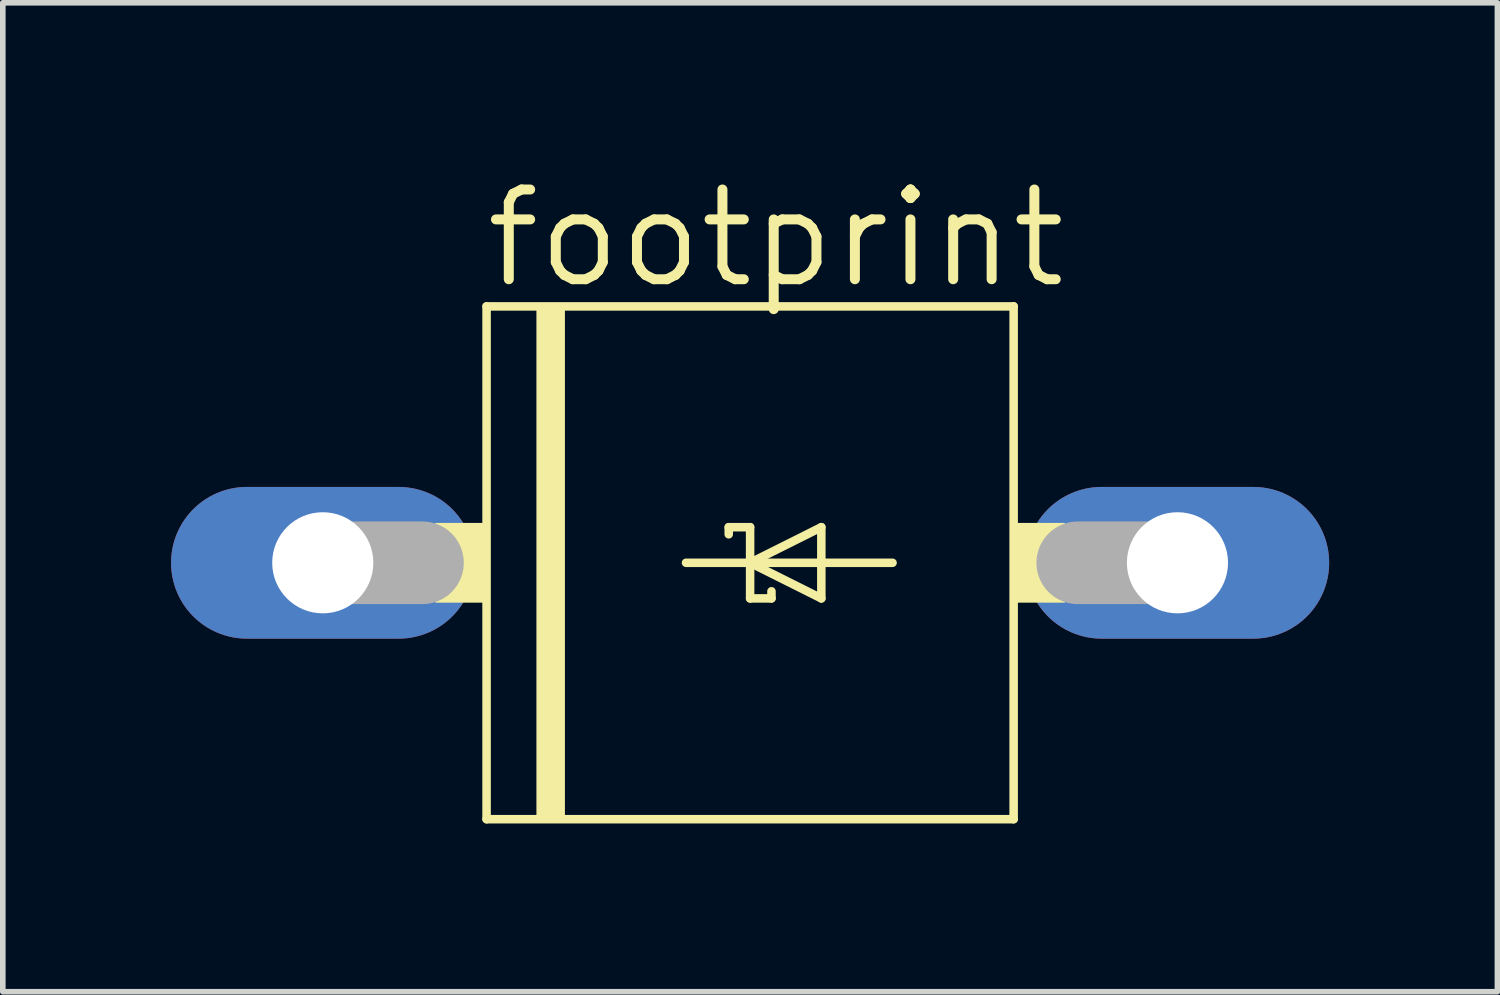
<source format=kicad_pcb>
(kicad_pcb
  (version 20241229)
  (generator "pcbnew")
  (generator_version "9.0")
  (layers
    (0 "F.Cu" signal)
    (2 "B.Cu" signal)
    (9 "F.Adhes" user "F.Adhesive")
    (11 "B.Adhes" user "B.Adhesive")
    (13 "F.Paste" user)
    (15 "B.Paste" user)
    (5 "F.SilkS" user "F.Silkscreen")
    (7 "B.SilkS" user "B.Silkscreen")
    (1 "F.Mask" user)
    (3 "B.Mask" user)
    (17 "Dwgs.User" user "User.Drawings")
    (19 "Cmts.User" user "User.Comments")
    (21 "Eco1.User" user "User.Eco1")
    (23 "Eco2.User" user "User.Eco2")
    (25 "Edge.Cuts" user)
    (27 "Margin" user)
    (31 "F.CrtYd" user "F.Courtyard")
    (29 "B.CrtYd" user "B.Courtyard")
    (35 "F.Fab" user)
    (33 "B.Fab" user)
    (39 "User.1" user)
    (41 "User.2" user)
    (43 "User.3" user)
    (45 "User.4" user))
  (footprint "footprint"
    (layer "F.Cu")
    (at 10.325 6.985)
    (property "Reference" "footprint" (at -4.801 -4.851 0) (layer "F.SilkS") (effects (font (size 1.6 1.6) (thickness 0.178)) (justify left bottom)))
    (fp_line (start -4.699 -4.572) (end 4.699 -4.572) (stroke (width 0.152) (type solid)) (layer "F.SilkS"))
    (fp_line (start -4.699 4.572) (end -4.699 -4.572) (stroke (width 0.152) (type solid)) (layer "F.SilkS"))
    (fp_line (start -1.143 0) (end 0 0) (stroke (width 0.152) (type solid)) (layer "F.SilkS"))
    (fp_line (start -0.381 -0.635) (end 0 -0.635) (stroke (width 0.152) (type solid)) (layer "F.SilkS"))
    (fp_line (start -0.381 -0.508) (end -0.381 -0.635) (stroke (width 0.152) (type solid)) (layer "F.SilkS"))
    (fp_line (start 0 -0.635) (end 0 0) (stroke (width 0.152) (type solid)) (layer "F.SilkS"))
    (fp_line (start 0 0) (end 1.27 -0.635) (stroke (width 0.152) (type solid)) (layer "F.SilkS"))
    (fp_line (start 0 0) (end 2.54 0) (stroke (width 0.152) (type solid)) (layer "F.SilkS"))
    (fp_line (start 0 0.635) (end 0 0) (stroke (width 0.152) (type solid)) (layer "F.SilkS"))
    (fp_line (start 0.381 0.508) (end 0.381 0.635) (stroke (width 0.152) (type solid)) (layer "F.SilkS"))
    (fp_line (start 0.381 0.635) (end 0 0.635) (stroke (width 0.152) (type solid)) (layer "F.SilkS"))
    (fp_line (start 1.27 -0.635) (end 1.27 0.635) (stroke (width 0.152) (type solid)) (layer "F.SilkS"))
    (fp_line (start 1.27 0.635) (end 0 0) (stroke (width 0.152) (type solid)) (layer "F.SilkS"))
    (fp_line (start 4.699 -4.572) (end 4.699 4.572) (stroke (width 0.152) (type solid)) (layer "F.SilkS"))
    (fp_line (start 4.699 4.572) (end -4.699 4.572) (stroke (width 0.152) (type solid)) (layer "F.SilkS"))
    (fp_poly (pts (xy -5.613 0.711) (xy -4.699 0.711) (xy -4.699 -0.711) (xy -5.613 -0.711)) (stroke (width 0) (type solid)) (fill yes) (layer "F.SilkS"))
    (fp_poly (pts (xy -3.81 4.572) (xy -3.302 4.572) (xy -3.302 -4.572) (xy -3.81 -4.572)) (stroke (width 0) (type solid)) (fill yes) (layer "F.SilkS"))
    (fp_poly (pts (xy 4.699 0.711) (xy 5.613 0.711) (xy 5.613 -0.711) (xy 4.699 -0.711)) (stroke (width 0) (type solid)) (fill yes) (layer "F.SilkS"))
    (fp_line (start -7.62 0) (end -5.842 0) (stroke (width 1.473) (type solid)) (layer "F.Fab"))
    (fp_line (start 7.62 0) (end 5.842 0) (stroke (width 1.473) (type solid)) (layer "F.Fab"))
    (pad "A" thru_hole oval (at 7.62 0) (size 5.41 2.705) (drill 1.803) (layers "*.Cu" "*.Mask"))
    (pad "C" thru_hole oval (at -7.62 0) (size 5.41 2.705) (drill 1.803) (layers "*.Cu" "*.Mask")))
  (gr_rect
    (start -3 -3)
    (end 23.65 14.633)
    (stroke (width 0.1) (type default))
    (fill no)
    (layer "Edge.Cuts")))
</source>
